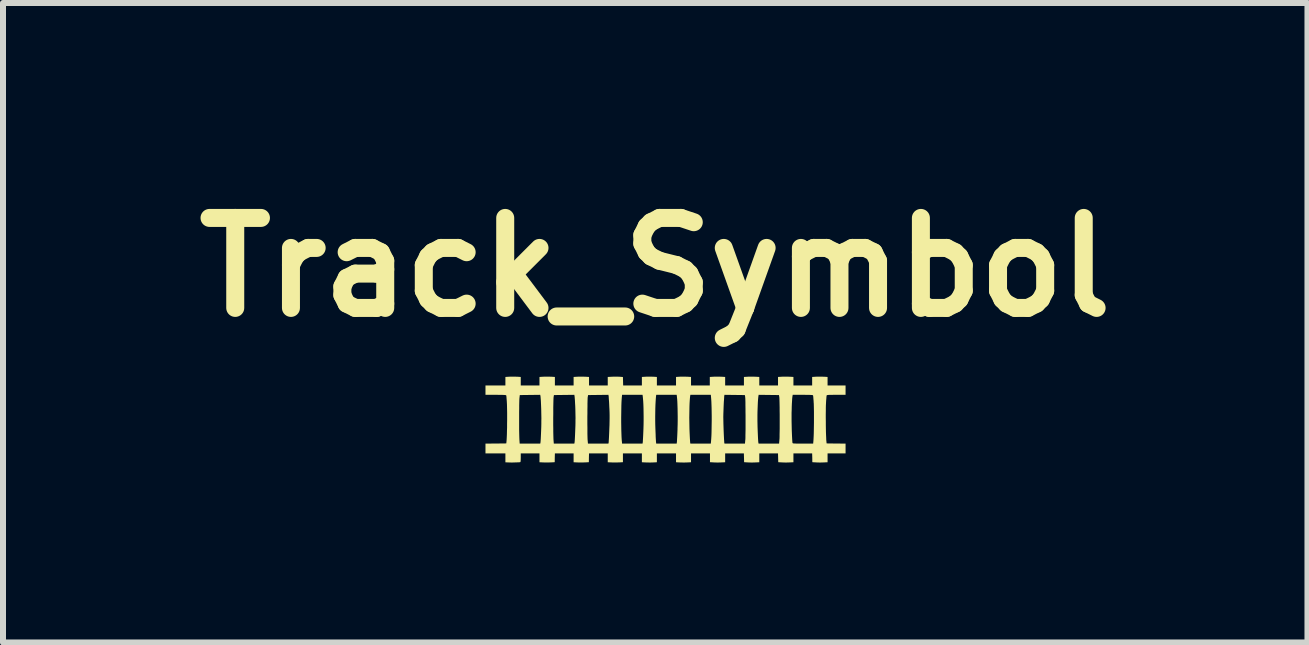
<source format=kicad_pcb>
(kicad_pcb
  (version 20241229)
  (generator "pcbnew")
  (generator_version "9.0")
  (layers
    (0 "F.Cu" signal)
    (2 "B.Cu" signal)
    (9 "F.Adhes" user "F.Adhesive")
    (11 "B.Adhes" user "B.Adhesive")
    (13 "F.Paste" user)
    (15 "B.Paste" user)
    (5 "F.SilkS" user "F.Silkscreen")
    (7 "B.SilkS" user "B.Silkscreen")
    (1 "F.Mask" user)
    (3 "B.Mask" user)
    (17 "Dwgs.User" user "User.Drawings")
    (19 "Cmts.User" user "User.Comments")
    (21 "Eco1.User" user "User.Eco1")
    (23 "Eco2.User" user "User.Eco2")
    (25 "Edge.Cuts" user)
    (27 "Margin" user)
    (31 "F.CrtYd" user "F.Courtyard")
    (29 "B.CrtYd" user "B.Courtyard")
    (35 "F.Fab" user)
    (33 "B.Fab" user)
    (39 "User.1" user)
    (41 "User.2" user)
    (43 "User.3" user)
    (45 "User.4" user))
  (footprint "Track_Symbol"
    (layer "F.Cu")
    (at 8.043 3.944)
    (property "Reference" "Track_Symbol" (at -0.172 -2.54 0) (layer "F.SilkS") (effects (font (size 1.5 1.5) (thickness 0.3))))
    (attr board_only exclude_from_pos_files exclude_from_bom)
    (fp_poly (pts (xy -0.215 -0.715) (xy -0.204 -0.715) (xy -0.144 -0.711) (xy -0.144 -0.64) (xy -0.144 -0.569) (xy 0.016 -0.569) (xy 0.175 -0.569) (xy 0.175 -0.64) (xy 0.175 -0.711) (xy 0.235 -0.715) (xy 0.27 -0.716) (xy 0.31 -0.716) (xy 0.349 -0.715) (xy 0.36 -0.715) (xy 0.425 -0.711) (xy 0.425 -0.64) (xy 0.425 -0.569) (xy 0.581 -0.569) (xy 0.738 -0.569) (xy 0.738 -0.64) (xy 0.738 -0.711) (xy 0.802 -0.715) (xy 0.839 -0.716) (xy 0.881 -0.716) (xy 0.92 -0.715) (xy 0.93 -0.715) (xy 0.994 -0.711) (xy 0.994 -0.64) (xy 0.994 -0.569) (xy 1.15 -0.569) (xy 1.307 -0.569) (xy 1.307 -0.64) (xy 1.307 -0.711) (xy 1.371 -0.715) (xy 1.408 -0.716) (xy 1.45 -0.716) (xy 1.489 -0.715) (xy 1.499 -0.715) (xy 1.563 -0.711) (xy 1.563 -0.64) (xy 1.563 -0.569) (xy 1.719 -0.569) (xy 1.875 -0.569) (xy 1.875 -0.64) (xy 1.875 -0.711) (xy 1.94 -0.715) (xy 1.977 -0.716) (xy 2.019 -0.716) (xy 2.058 -0.715) (xy 2.068 -0.715) (xy 2.132 -0.711) (xy 2.132 -0.64) (xy 2.132 -0.569) (xy 2.288 -0.569) (xy 2.444 -0.569) (xy 2.444 -0.64) (xy 2.444 -0.711) (xy 2.508 -0.715) (xy 2.546 -0.716) (xy 2.588 -0.716) (xy 2.627 -0.715) (xy 2.637 -0.715) (xy 2.701 -0.711) (xy 2.701 -0.64) (xy 2.701 -0.569) (xy 2.851 -0.569) (xy 3.001 -0.569) (xy 3.001 -0.491) (xy 3.001 -0.413) (xy 2.845 -0.413) (xy 2.796 -0.413) (xy 2.759 -0.412) (xy 2.731 -0.412) (xy 2.711 -0.411) (xy 2.698 -0.409) (xy 2.69 -0.407) (xy 2.686 -0.404) (xy 2.686 -0.403) (xy 2.684 -0.394) (xy 2.682 -0.374) (xy 2.68 -0.347) (xy 2.677 -0.313) (xy 2.675 -0.275) (xy 2.675 -0.273) (xy 2.673 -0.239) (xy 2.672 -0.196) (xy 2.672 -0.146) (xy 2.671 -0.089) (xy 2.671 -0.029) (xy 2.672 0.033) (xy 2.672 0.095) (xy 2.673 0.155) (xy 2.674 0.211) (xy 2.676 0.262) (xy 2.678 0.305) (xy 2.679 0.339) (xy 2.681 0.356) (xy 2.685 0.397) (xy 2.843 0.399) (xy 3.001 0.4) (xy 3.001 0.481) (xy 3.001 0.563) (xy 2.851 0.563) (xy 2.701 0.563) (xy 2.701 0.637) (xy 2.701 0.711) (xy 2.63 0.714) (xy 2.594 0.715) (xy 2.555 0.715) (xy 2.519 0.714) (xy 2.504 0.713) (xy 2.447 0.71) (xy 2.446 0.636) (xy 2.444 0.563) (xy 2.288 0.563) (xy 2.132 0.563) (xy 2.132 0.637) (xy 2.132 0.711) (xy 2.061 0.714) (xy 2.025 0.715) (xy 1.986 0.715) (xy 1.951 0.714) (xy 1.935 0.713) (xy 1.879 0.71) (xy 1.877 0.636) (xy 1.875 0.563) (xy 1.719 0.563) (xy 1.563 0.563) (xy 1.563 0.637) (xy 1.563 0.711) (xy 1.493 0.714) (xy 1.456 0.715) (xy 1.417 0.715) (xy 1.382 0.714) (xy 1.366 0.713) (xy 1.31 0.71) (xy 1.308 0.636) (xy 1.306 0.563) (xy 1.15 0.563) (xy 0.994 0.563) (xy 0.994 0.637) (xy 0.994 0.711) (xy 0.924 0.714) (xy 0.887 0.715) (xy 0.849 0.715) (xy 0.813 0.714) (xy 0.797 0.713) (xy 0.741 0.71) (xy 0.741 0.636) (xy 0.741 0.563) (xy 0.583 0.563) (xy 0.425 0.563) (xy 0.425 0.637) (xy 0.425 0.711) (xy 0.361 0.714) (xy 0.325 0.715) (xy 0.284 0.715) (xy 0.246 0.714) (xy 0.236 0.714) (xy 0.175 0.711) (xy 0.175 0.637) (xy 0.175 0.563) (xy 0.016 0.563) (xy -0.144 0.563) (xy -0.144 0.637) (xy -0.144 0.711) (xy -0.205 0.714) (xy -0.24 0.715) (xy -0.281 0.715) (xy -0.319 0.714) (xy -0.33 0.714) (xy -0.394 0.711) (xy -0.394 0.637) (xy -0.394 0.563) (xy -0.552 0.563) (xy -0.71 0.563) (xy -0.71 0.636) (xy -0.71 0.71) (xy -0.766 0.713) (xy -0.797 0.714) (xy -0.835 0.715) (xy -0.874 0.714) (xy -0.892 0.714) (xy -0.963 0.711) (xy -0.963 0.637) (xy -0.963 0.563) (xy -1.119 0.563) (xy -1.275 0.563) (xy -1.277 0.636) (xy -1.278 0.71) (xy -1.335 0.713) (xy -1.366 0.714) (xy -1.404 0.715) (xy -1.443 0.714) (xy -1.461 0.714) (xy -1.532 0.711) (xy -1.532 0.637) (xy -1.532 0.563) (xy -1.688 0.563) (xy -1.844 0.563) (xy -1.846 0.636) (xy -1.847 0.71) (xy -1.904 0.713) (xy -1.935 0.714) (xy -1.973 0.715) (xy -2.011 0.714) (xy -2.03 0.714) (xy -2.101 0.711) (xy -2.101 0.637) (xy -2.101 0.563) (xy -2.257 0.563) (xy -2.413 0.563) (xy -2.413 0.635) (xy -2.414 0.669) (xy -2.415 0.692) (xy -2.418 0.705) (xy -2.421 0.709) (xy -2.432 0.711) (xy -2.453 0.712) (xy -2.481 0.713) (xy -2.513 0.714) (xy -2.547 0.715) (xy -2.58 0.715) (xy -2.609 0.714) (xy -2.615 0.714) (xy -2.669 0.712) (xy -2.669 0.637) (xy -2.669 0.563) (xy -2.835 0.563) (xy -3.001 0.563) (xy -3.001 0.481) (xy -3.001 0.4) (xy -2.827 0.399) (xy -2.654 0.397) (xy -2.65 0.356) (xy -2.648 0.329) (xy -2.646 0.291) (xy -2.644 0.244) (xy -2.643 0.19) (xy -2.641 0.132) (xy -2.641 0.07) (xy -2.64 0.007) (xy -2.64 -0.01) (xy -2.44 -0.01) (xy -2.44 0.051) (xy -2.44 0.11) (xy -2.44 0.165) (xy -2.439 0.216) (xy -2.438 0.26) (xy -2.437 0.296) (xy -2.436 0.322) (xy -2.436 0.327) (xy -2.431 0.4) (xy -2.259 0.4) (xy -2.088 0.4) (xy -2.085 0.386) (xy -2.083 0.371) (xy -2.081 0.346) (xy -2.079 0.311) (xy -2.077 0.27) (xy -2.075 0.223) (xy -2.073 0.174) (xy -2.071 0.122) (xy -2.07 0.071) (xy -2.07 0.031) (xy -1.872 0.031) (xy -1.872 0.09) (xy -1.871 0.147) (xy -1.871 0.2) (xy -1.87 0.247) (xy -1.869 0.287) (xy -1.868 0.318) (xy -1.867 0.339) (xy -1.867 0.339) (xy -1.862 0.4) (xy -1.691 0.4) (xy -1.52 0.4) (xy -1.516 0.38) (xy -1.514 0.362) (xy -1.512 0.333) (xy -1.51 0.296) (xy -1.508 0.253) (xy -1.506 0.205) (xy -1.504 0.154) (xy -1.502 0.103) (xy -1.501 0.053) (xy -1.501 0.015) (xy -1.303 0.015) (xy -1.303 0.075) (xy -1.302 0.132) (xy -1.302 0.186) (xy -1.302 0.235) (xy -1.301 0.277) (xy -1.3 0.312) (xy -1.299 0.336) (xy -1.298 0.345) (xy -1.293 0.4) (xy -1.122 0.4) (xy -0.952 0.4) (xy -0.948 0.383) (xy -0.947 0.373) (xy -0.946 0.351) (xy -0.944 0.321) (xy -0.942 0.283) (xy -0.94 0.239) (xy -0.938 0.191) (xy -0.937 0.161) (xy -0.934 0.092) (xy -0.933 0.033) (xy -0.932 -0.021) (xy -0.932 -0.034) (xy -0.739 -0.034) (xy -0.739 0.037) (xy -0.738 0.108) (xy -0.737 0.175) (xy -0.735 0.237) (xy -0.733 0.293) (xy -0.73 0.34) (xy -0.728 0.358) (xy -0.724 0.4) (xy -0.553 0.4) (xy -0.383 0.4) (xy -0.379 0.377) (xy -0.378 0.365) (xy -0.377 0.342) (xy -0.375 0.31) (xy -0.373 0.271) (xy -0.371 0.226) (xy -0.369 0.178) (xy -0.368 0.153) (xy -0.366 0.086) (xy -0.365 0.016) (xy -0.365 -0.052) (xy -0.172 -0.052) (xy -0.172 0.017) (xy -0.171 0.084) (xy -0.169 0.146) (xy -0.167 0.196) (xy -0.165 0.243) (xy -0.164 0.285) (xy -0.162 0.321) (xy -0.16 0.349) (xy -0.159 0.367) (xy -0.159 0.37) (xy -0.155 0.4) (xy 0.016 0.4) (xy 0.186 0.4) (xy 0.19 0.37) (xy 0.191 0.357) (xy 0.192 0.332) (xy 0.194 0.299) (xy 0.196 0.259) (xy 0.198 0.214) (xy 0.2 0.165) (xy 0.2 0.147) (xy 0.202 0.084) (xy 0.203 0.018) (xy 0.203 -0.031) (xy 0.396 -0.031) (xy 0.397 0.034) (xy 0.398 0.097) (xy 0.399 0.155) (xy 0.401 0.205) (xy 0.403 0.251) (xy 0.405 0.293) (xy 0.407 0.329) (xy 0.409 0.356) (xy 0.41 0.373) (xy 0.41 0.377) (xy 0.414 0.4) (xy 0.585 0.4) (xy 0.755 0.4) (xy 0.759 0.358) (xy 0.762 0.319) (xy 0.765 0.27) (xy 0.767 0.213) (xy 0.768 0.149) (xy 0.769 0.081) (xy 0.77 0.012) (xy 0.77 -0.043) (xy 0.963 -0.043) (xy 0.964 0.01) (xy 0.965 0.067) (xy 0.967 0.131) (xy 0.968 0.164) (xy 0.97 0.214) (xy 0.972 0.26) (xy 0.974 0.302) (xy 0.976 0.336) (xy 0.978 0.362) (xy 0.979 0.379) (xy 0.979 0.383) (xy 0.983 0.4) (xy 1.154 0.4) (xy 1.324 0.4) (xy 1.329 0.345) (xy 1.331 0.327) (xy 1.332 0.297) (xy 1.332 0.259) (xy 1.333 0.214) (xy 1.334 0.163) (xy 1.334 0.107) (xy 1.334 0.048) (xy 1.334 -0.012) (xy 1.334 -0.022) (xy 1.532 -0.022) (xy 1.532 0.024) (xy 1.533 0.074) (xy 1.534 0.125) (xy 1.536 0.178) (xy 1.538 0.228) (xy 1.54 0.275) (xy 1.542 0.316) (xy 1.544 0.349) (xy 1.546 0.373) (xy 1.547 0.38) (xy 1.551 0.4) (xy 1.722 0.4) (xy 1.893 0.4) (xy 1.898 0.339) (xy 1.9 0.318) (xy 1.901 0.287) (xy 1.901 0.248) (xy 1.902 0.201) (xy 1.903 0.148) (xy 1.903 0.092) (xy 1.903 0.032) (xy 1.903 -0.024) (xy 2.101 -0.024) (xy 2.101 0.02) (xy 2.102 0.068) (xy 2.103 0.119) (xy 2.104 0.169) (xy 2.106 0.219) (xy 2.108 0.265) (xy 2.11 0.307) (xy 2.112 0.342) (xy 2.114 0.369) (xy 2.116 0.386) (xy 2.117 0.389) (xy 2.119 0.392) (xy 2.123 0.395) (xy 2.131 0.397) (xy 2.144 0.398) (xy 2.163 0.399) (xy 2.191 0.4) (xy 2.227 0.4) (xy 2.275 0.4) (xy 2.291 0.4) (xy 2.461 0.4) (xy 2.465 0.355) (xy 2.467 0.324) (xy 2.469 0.283) (xy 2.471 0.234) (xy 2.472 0.178) (xy 2.473 0.117) (xy 2.474 0.054) (xy 2.474 -0.01) (xy 2.474 -0.072) (xy 2.474 -0.131) (xy 2.473 -0.185) (xy 2.472 -0.231) (xy 2.471 -0.268) (xy 2.47 -0.276) (xy 2.468 -0.314) (xy 2.465 -0.347) (xy 2.463 -0.375) (xy 2.461 -0.394) (xy 2.459 -0.403) (xy 2.457 -0.406) (xy 2.451 -0.408) (xy 2.44 -0.41) (xy 2.423 -0.411) (xy 2.399 -0.412) (xy 2.365 -0.412) (xy 2.322 -0.413) (xy 2.288 -0.413) (xy 2.12 -0.413) (xy 2.117 -0.395) (xy 2.114 -0.377) (xy 2.111 -0.348) (xy 2.109 -0.311) (xy 2.106 -0.266) (xy 2.104 -0.217) (xy 2.103 -0.165) (xy 2.101 -0.112) (xy 2.101 -0.059) (xy 2.101 -0.024) (xy 1.903 -0.024) (xy 1.903 -0.028) (xy 1.903 -0.088) (xy 1.902 -0.147) (xy 1.902 -0.202) (xy 1.901 -0.251) (xy 1.9 -0.295) (xy 1.899 -0.331) (xy 1.898 -0.357) (xy 1.897 -0.372) (xy 1.897 -0.372) (xy 1.891 -0.409) (xy 1.721 -0.411) (xy 1.552 -0.413) (xy 1.548 -0.389) (xy 1.545 -0.365) (xy 1.542 -0.331) (xy 1.539 -0.288) (xy 1.537 -0.24) (xy 1.535 -0.187) (xy 1.533 -0.133) (xy 1.532 -0.079) (xy 1.532 -0.027) (xy 1.532 -0.022) (xy 1.334 -0.022) (xy 1.334 -0.072) (xy 1.333 -0.131) (xy 1.333 -0.187) (xy 1.332 -0.239) (xy 1.332 -0.284) (xy 1.331 -0.323) (xy 1.33 -0.353) (xy 1.328 -0.372) (xy 1.328 -0.378) (xy 1.322 -0.409) (xy 1.153 -0.411) (xy 0.983 -0.413) (xy 0.979 -0.396) (xy 0.978 -0.385) (xy 0.977 -0.363) (xy 0.975 -0.333) (xy 0.972 -0.296) (xy 0.97 -0.254) (xy 0.968 -0.208) (xy 0.966 -0.148) (xy 0.964 -0.095) (xy 0.963 -0.043) (xy 0.77 -0.043) (xy 0.77 -0.059) (xy 0.769 -0.128) (xy 0.768 -0.193) (xy 0.766 -0.253) (xy 0.764 -0.305) (xy 0.761 -0.348) (xy 0.759 -0.371) (xy 0.755 -0.413) (xy 0.585 -0.413) (xy 0.414 -0.413) (xy 0.41 -0.389) (xy 0.407 -0.361) (xy 0.404 -0.322) (xy 0.401 -0.274) (xy 0.399 -0.22) (xy 0.398 -0.159) (xy 0.397 -0.096) (xy 0.396 -0.031) (xy 0.203 -0.031) (xy 0.203 -0.049) (xy 0.202 -0.117) (xy 0.201 -0.182) (xy 0.199 -0.243) (xy 0.197 -0.297) (xy 0.194 -0.343) (xy 0.19 -0.379) (xy 0.19 -0.383) (xy 0.186 -0.413) (xy 0.016 -0.413) (xy -0.155 -0.413) (xy -0.159 -0.383) (xy -0.162 -0.347) (xy -0.165 -0.301) (xy -0.168 -0.246) (xy -0.17 -0.185) (xy -0.171 -0.12) (xy -0.172 -0.052) (xy -0.365 -0.052) (xy -0.365 -0.054) (xy -0.366 -0.124) (xy -0.367 -0.191) (xy -0.369 -0.252) (xy -0.372 -0.307) (xy -0.376 -0.353) (xy -0.379 -0.384) (xy -0.383 -0.413) (xy -0.553 -0.413) (xy -0.724 -0.413) (xy -0.728 -0.376) (xy -0.731 -0.339) (xy -0.734 -0.292) (xy -0.736 -0.235) (xy -0.737 -0.172) (xy -0.738 -0.105) (xy -0.739 -0.034) (xy -0.932 -0.034) (xy -0.932 -0.071) (xy -0.933 -0.121) (xy -0.935 -0.174) (xy -0.937 -0.208) (xy -0.939 -0.253) (xy -0.941 -0.295) (xy -0.944 -0.332) (xy -0.946 -0.362) (xy -0.947 -0.383) (xy -0.948 -0.392) (xy -0.952 -0.413) (xy -1.121 -0.411) (xy -1.291 -0.409) (xy -1.296 -0.378) (xy -1.298 -0.365) (xy -1.299 -0.341) (xy -1.3 -0.307) (xy -1.301 -0.265) (xy -1.301 -0.216) (xy -1.302 -0.163) (xy -1.302 -0.105) (xy -1.303 -0.046) (xy -1.303 0.015) (xy -1.501 0.015) (xy -1.501 0.007) (xy -1.5 -0.024) (xy -1.501 -0.072) (xy -1.502 -0.124) (xy -1.503 -0.176) (xy -1.505 -0.228) (xy -1.508 -0.276) (xy -1.51 -0.32) (xy -1.513 -0.356) (xy -1.515 -0.382) (xy -1.516 -0.389) (xy -1.52 -0.413) (xy -1.69 -0.411) (xy -1.86 -0.409) (xy -1.866 -0.372) (xy -1.867 -0.357) (xy -1.868 -0.331) (xy -1.869 -0.296) (xy -1.87 -0.252) (xy -1.871 -0.203) (xy -1.871 -0.148) (xy -1.871 -0.09) (xy -1.872 -0.03) (xy -1.872 0.031) (xy -2.07 0.031) (xy -2.07 0.023) (xy -2.069 -0.019) (xy -2.07 -0.069) (xy -2.071 -0.121) (xy -2.072 -0.175) (xy -2.074 -0.226) (xy -2.076 -0.274) (xy -2.078 -0.318) (xy -2.081 -0.354) (xy -2.083 -0.381) (xy -2.085 -0.396) (xy -2.089 -0.413) (xy -2.259 -0.411) (xy -2.429 -0.409) (xy -2.434 -0.366) (xy -2.436 -0.348) (xy -2.437 -0.32) (xy -2.438 -0.282) (xy -2.439 -0.237) (xy -2.439 -0.186) (xy -2.44 -0.129) (xy -2.44 -0.07) (xy -2.44 -0.01) (xy -2.64 -0.01) (xy -2.64 -0.054) (xy -2.64 -0.114) (xy -2.641 -0.168) (xy -2.642 -0.216) (xy -2.643 -0.256) (xy -2.644 -0.274) (xy -2.646 -0.312) (xy -2.649 -0.346) (xy -2.651 -0.374) (xy -2.653 -0.394) (xy -2.655 -0.403) (xy -2.655 -0.404) (xy -2.657 -0.406) (xy -2.664 -0.408) (xy -2.676 -0.41) (xy -2.695 -0.411) (xy -2.721 -0.412) (xy -2.757 -0.412) (xy -2.804 -0.413) (xy -2.829 -0.413) (xy -3.001 -0.413) (xy -3.001 -0.491) (xy -3.001 -0.569) (xy -2.835 -0.569) (xy -2.669 -0.569) (xy -2.669 -0.64) (xy -2.669 -0.711) (xy -2.605 -0.715) (xy -2.568 -0.716) (xy -2.526 -0.716) (xy -2.487 -0.715) (xy -2.477 -0.715) (xy -2.413 -0.711) (xy -2.413 -0.64) (xy -2.413 -0.569) (xy -2.257 -0.569) (xy -2.101 -0.569) (xy -2.101 -0.64) (xy -2.101 -0.711) (xy -2.036 -0.715) (xy -1.999 -0.716) (xy -1.957 -0.716) (xy -1.918 -0.715) (xy -1.908 -0.715) (xy -1.844 -0.711) (xy -1.844 -0.64) (xy -1.844 -0.569) (xy -1.688 -0.569) (xy -1.532 -0.569) (xy -1.532 -0.64) (xy -1.532 -0.711) (xy -1.468 -0.715) (xy -1.43 -0.716) (xy -1.388 -0.716) (xy -1.349 -0.715) (xy -1.339 -0.715) (xy -1.275 -0.711) (xy -1.275 -0.64) (xy -1.275 -0.569) (xy -1.119 -0.569) (xy -0.963 -0.569) (xy -0.963 -0.64) (xy -0.963 -0.711) (xy -0.886 -0.715) (xy -0.85 -0.716) (xy -0.813 -0.716) (xy -0.78 -0.715) (xy -0.76 -0.714) (xy -0.71 -0.71) (xy -0.708 -0.639) (xy -0.706 -0.569) (xy -0.55 -0.569) (xy -0.394 -0.569) (xy -0.394 -0.64) (xy -0.394 -0.711) (xy -0.329 -0.715) (xy -0.293 -0.716) (xy -0.252 -0.716)) (stroke (width 0) (type solid)) (fill yes) (layer "F.SilkS")))
  (gr_rect
    (start -3 -3)
    (end 18.743 7.659)
    (stroke (width 0.1) (type default))
    (fill no)
    (layer "Edge.Cuts")))
</source>
